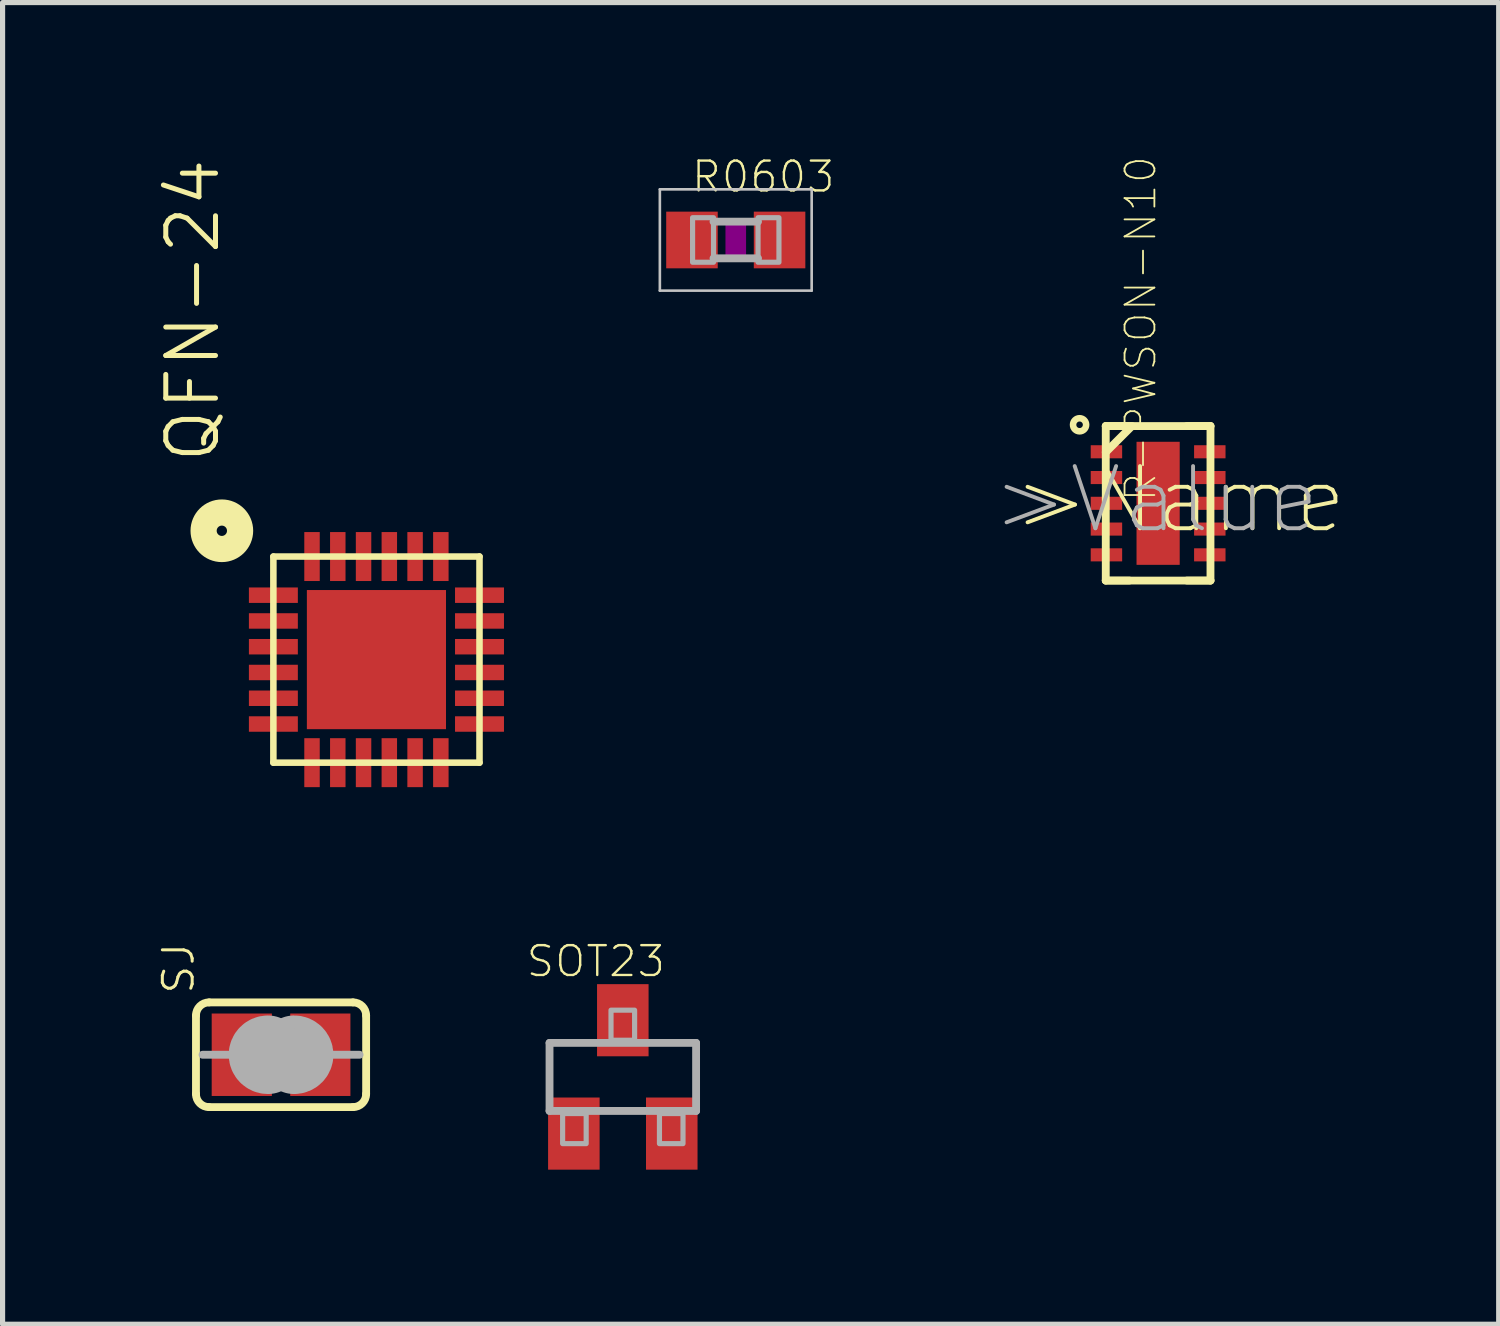
<source format=kicad_pcb>
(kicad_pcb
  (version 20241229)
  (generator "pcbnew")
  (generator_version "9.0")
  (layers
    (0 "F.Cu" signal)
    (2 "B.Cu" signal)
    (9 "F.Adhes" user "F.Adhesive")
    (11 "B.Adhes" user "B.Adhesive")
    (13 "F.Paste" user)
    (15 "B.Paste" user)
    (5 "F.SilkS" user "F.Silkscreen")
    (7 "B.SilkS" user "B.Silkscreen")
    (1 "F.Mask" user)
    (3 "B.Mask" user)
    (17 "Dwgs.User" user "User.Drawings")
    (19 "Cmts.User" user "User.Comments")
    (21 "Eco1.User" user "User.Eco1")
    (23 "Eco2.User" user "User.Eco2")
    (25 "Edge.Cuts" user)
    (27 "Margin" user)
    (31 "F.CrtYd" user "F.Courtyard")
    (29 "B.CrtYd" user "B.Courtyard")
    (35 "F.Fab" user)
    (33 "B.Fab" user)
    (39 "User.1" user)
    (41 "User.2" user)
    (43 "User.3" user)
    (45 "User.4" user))
  (footprint "QFN-24"
    (layer "F.Cu")
    (at 4.295 9.71)
    (property "Reference" "QFN-24" (at -3.04 -3.73 90) (layer "F.SilkS") (effects (font (size 0.965 0.965) (thickness 0.097)) (justify left bottom)))
    (attr smd)
    (fp_line (start -2.04 -1.96) (end -2.04 2.04) (stroke (width 0.127) (type solid)) (layer "F.SilkS"))
    (fp_line (start -2.04 2.04) (end 1.96 2.04) (stroke (width 0.127) (type solid)) (layer "F.SilkS"))
    (fp_line (start 1.96 -1.96) (end -2.04 -1.96) (stroke (width 0.127) (type solid)) (layer "F.SilkS"))
    (fp_line (start 1.96 2.04) (end 1.96 -1.96) (stroke (width 0.127) (type solid)) (layer "F.SilkS"))
    (fp_circle (center -3.04 -2.46) (end -2.94 -2.46) (stroke (width 0.508) (type solid)) (fill no) (layer "F.SilkS"))
    (pad "P$1" smd rect (at -2.04 -1.21 90) (size 0.3 0.95) (layers "F.Cu" "F.Mask" "F.Paste"))
    (pad "P$2" smd rect (at -2.04 -0.71 90) (size 0.3 0.95) (layers "F.Cu" "F.Mask" "F.Paste"))
    (pad "P$3" smd rect (at -2.04 -0.21 90) (size 0.3 0.95) (layers "F.Cu" "F.Mask" "F.Paste"))
    (pad "P$4" smd rect (at -2.04 0.29 90) (size 0.3 0.95) (layers "F.Cu" "F.Mask" "F.Paste"))
    (pad "P$5" smd rect (at -2.04 0.79 90) (size 0.3 0.95) (layers "F.Cu" "F.Mask" "F.Paste"))
    (pad "P$6" smd rect (at -2.04 1.29 90) (size 0.3 0.95) (layers "F.Cu" "F.Mask" "F.Paste"))
    (pad "P$7" smd rect (at -1.29 2.04) (size 0.3 0.95) (layers "F.Cu" "F.Mask" "F.Paste"))
    (pad "P$8" smd rect (at -0.79 2.04) (size 0.3 0.95) (layers "F.Cu" "F.Mask" "F.Paste"))
    (pad "P$9" smd rect (at -0.29 2.04) (size 0.3 0.95) (layers "F.Cu" "F.Mask" "F.Paste"))
    (pad "P$10" smd rect (at 0.21 2.04) (size 0.3 0.95) (layers "F.Cu" "F.Mask" "F.Paste"))
    (pad "P$11" smd rect (at 0.71 2.04) (size 0.3 0.95) (layers "F.Cu" "F.Mask" "F.Paste"))
    (pad "P$12" smd rect (at 1.21 2.04) (size 0.3 0.95) (layers "F.Cu" "F.Mask" "F.Paste"))
    (pad "P$13" smd rect (at 1.96 1.29 90) (size 0.3 0.95) (layers "F.Cu" "F.Mask" "F.Paste"))
    (pad "P$14" smd rect (at 1.96 0.79 90) (size 0.3 0.95) (layers "F.Cu" "F.Mask" "F.Paste"))
    (pad "P$15" smd rect (at 1.96 0.29 90) (size 0.3 0.95) (layers "F.Cu" "F.Mask" "F.Paste"))
    (pad "P$16" smd rect (at 1.96 -0.21 90) (size 0.3 0.95) (layers "F.Cu" "F.Mask" "F.Paste"))
    (pad "P$17" smd rect (at 1.96 -0.71 90) (size 0.3 0.95) (layers "F.Cu" "F.Mask" "F.Paste"))
    (pad "P$18" smd rect (at 1.96 -1.21 90) (size 0.3 0.95) (layers "F.Cu" "F.Mask" "F.Paste"))
    (pad "P$19" smd rect (at 1.21 -1.96 180) (size 0.3 0.95) (layers "F.Cu" "F.Mask" "F.Paste"))
    (pad "P$20" smd rect (at 0.71 -1.96 180) (size 0.3 0.95) (layers "F.Cu" "F.Mask" "F.Paste"))
    (pad "P$21" smd rect (at 0.21 -1.96 180) (size 0.3 0.95) (layers "F.Cu" "F.Mask" "F.Paste"))
    (pad "P$22" smd rect (at -0.29 -1.96 180) (size 0.3 0.95) (layers "F.Cu" "F.Mask" "F.Paste"))
    (pad "P$23" smd rect (at -0.79 -1.96 180) (size 0.3 0.95) (layers "F.Cu" "F.Mask" "F.Paste"))
    (pad "P$24" smd rect (at -1.29 -1.96 180) (size 0.3 0.95) (layers "F.Cu" "F.Mask" "F.Paste"))
    (pad "P$25" smd rect (at -0.04 0.04) (size 2.7 2.7) (layers "F.Cu" "F.Mask" "F.Paste")))
  (footprint "R0603"
    (layer "F.Cu")
    (at 11.228 1.607)
    (property "Reference" "R0603" (at -0.889 -0.889 180) (layer "F.SilkS") (effects (font (size 0.579 0.579) (thickness 0.046)) (justify left bottom)))
    (attr smd)
    (fp_poly (pts (xy -0.2 0.4) (xy 0.2 0.4) (xy 0.2 -0.4) (xy -0.2 -0.4)) (stroke (width 0) (type solid)) (fill yes) (layer "F.Adhes"))
    (fp_line (start -1.473 -0.983) (end 1.473 -0.983) (stroke (width 0.051) (type solid)) (layer "Dwgs.User"))
    (fp_line (start -1.473 0.983) (end -1.473 -0.983) (stroke (width 0.051) (type solid)) (layer "Dwgs.User"))
    (fp_line (start 1.473 -0.983) (end 1.473 0.983) (stroke (width 0.051) (type solid)) (layer "Dwgs.User"))
    (fp_line (start 1.473 0.983) (end -1.473 0.983) (stroke (width 0.051) (type solid)) (layer "Dwgs.User"))
    (fp_line (start -0.432 0.356) (end 0.432 0.356) (stroke (width 0.152) (type solid)) (layer "F.Fab"))
    (fp_line (start 0.432 -0.356) (end -0.432 -0.356) (stroke (width 0.152) (type solid)) (layer "F.Fab"))
    (fp_poly (pts (xy -0.838 0.432) (xy -0.432 0.432) (xy -0.432 -0.432) (xy -0.838 -0.432)) (stroke (width 0.1) (type solid)) (fill no) (layer "F.Fab"))
    (fp_poly (pts (xy 0.432 0.432) (xy 0.838 0.432) (xy 0.838 -0.432) (xy 0.432 -0.432)) (stroke (width 0.1) (type solid)) (fill no) (layer "F.Fab"))
    (pad "1" smd rect (at -0.85 0) (size 1 1.1) (layers "F.Cu" "F.Mask" "F.Paste"))
    (pad "2" smd rect (at 0.85 0) (size 1 1.1) (layers "F.Cu" "F.Mask" "F.Paste")))
  (footprint "R-PWSON-N10"
    (layer "F.Cu")
    (at 19.424 6.717)
    (property "Reference" "R-PWSON-N10" (at 0 0 270) (layer "F.SilkS") (effects (font (size 0.579 0.579) (thickness 0.035)) (justify left bottom)))
    (attr smd)
    (fp_line (start -1.016 -1.499) (end -1.016 1.499) (stroke (width 0.152) (type solid)) (layer "F.SilkS"))
    (fp_line (start -1.016 1.499) (end -0.559 1.499) (stroke (width 0.152) (type solid)) (layer "F.SilkS"))
    (fp_line (start -1.016 1.499) (end 1.016 1.499) (stroke (width 0.152) (type solid)) (layer "F.SilkS"))
    (fp_line (start -0.559 -1.499) (end -1.016 -1.499) (stroke (width 0.152) (type solid)) (layer "F.SilkS"))
    (fp_line (start -0.508 -1.499) (end -1.016 -0.991) (stroke (width 0.152) (type solid)) (layer "F.SilkS"))
    (fp_line (start 0.559 1.499) (end 1.016 1.499) (stroke (width 0.152) (type solid)) (layer "F.SilkS"))
    (fp_line (start 1.016 -1.499) (end -1.016 -1.499) (stroke (width 0.152) (type solid)) (layer "F.SilkS"))
    (fp_line (start 1.016 -1.499) (end 0.559 -1.499) (stroke (width 0.152) (type solid)) (layer "F.SilkS"))
    (fp_line (start 1.016 1.499) (end 1.016 -1.499) (stroke (width 0.152) (type solid)) (layer "F.SilkS"))
    (fp_circle (center -1.524 -1.524) (end -1.397 -1.524) (stroke (width 0.127) (type solid)) (fill no) (layer "F.SilkS"))
    (fp_poly (pts (xy -0.419 -1.194) (xy -0.419 1.194) (xy 0.419 1.194) (xy 0.419 -1.194)) (stroke (width 0) (type solid)) (fill yes) (layer "F.Paste"))
    (fp_text user ">Name" (at -2.87 0.635 0) (layer "F.SilkS") (effects (font (size 1.206 1.206) (thickness 0.076)) (justify left bottom)))
    (fp_text user ">Value" (at -3.277 0.635 0) (layer "F.Fab") (effects (font (size 1.206 1.206) (thickness 0.076)) (justify left bottom)))
    (pad "1" smd rect (at -1.003 -1) (size 0.61 0.254) (layers "F.Cu" "F.Mask" "F.Paste"))
    (pad "2" smd rect (at -1.003 -0.5) (size 0.61 0.254) (layers "F.Cu" "F.Mask" "F.Paste"))
    (pad "3" smd rect (at -1.003 0) (size 0.61 0.254) (layers "F.Cu" "F.Mask" "F.Paste"))
    (pad "4" smd rect (at -1.003 0.5) (size 0.61 0.254) (layers "F.Cu" "F.Mask" "F.Paste"))
    (pad "5" smd rect (at -1.003 1) (size 0.61 0.254) (layers "F.Cu" "F.Mask" "F.Paste"))
    (pad "6" smd rect (at 1.003 1 180) (size 0.61 0.254) (layers "F.Cu" "F.Mask" "F.Paste"))
    (pad "7" smd rect (at 1.003 0.5 180) (size 0.61 0.254) (layers "F.Cu" "F.Mask" "F.Paste"))
    (pad "8" smd rect (at 1.003 0 180) (size 0.61 0.254) (layers "F.Cu" "F.Mask" "F.Paste"))
    (pad "9" smd rect (at 1.003 -0.5 180) (size 0.61 0.254) (layers "F.Cu" "F.Mask" "F.Paste"))
    (pad "10" smd rect (at 1.003 -1 180) (size 0.61 0.254) (layers "F.Cu" "F.Mask" "F.Paste"))
    (pad "11" smd rect (at 0 0) (size 0.838 2.388) (layers "F.Cu" "F.Mask")))
  (footprint "SJ"
    (layer "F.Cu")
    (at 2.404 17.418)
    (property "Reference" "SJ" (at -1.651 -1.143 90) (layer "F.SilkS") (effects (font (size 0.579 0.579) (thickness 0.058)) (justify left bottom)))
    (attr through_hole)
    (fp_poly (pts (xy -0.076 0.914) (xy 0.076 0.914) (xy 0.076 -0.914) (xy -0.076 -0.914)) (stroke (width 0) (type solid)) (fill yes) (layer "F.Mask"))
    (fp_line (start -1.651 0.762) (end -1.651 -0.762) (stroke (width 0.152) (type solid)) (layer "F.SilkS"))
    (fp_line (start -1.397 -1.016) (end 1.397 -1.016) (stroke (width 0.152) (type solid)) (layer "F.SilkS"))
    (fp_line (start 1.397 1.016) (end -1.397 1.016) (stroke (width 0.152) (type solid)) (layer "F.SilkS"))
    (fp_line (start 1.651 0.762) (end 1.651 -0.762) (stroke (width 0.152) (type solid)) (layer "F.SilkS"))
    (fp_arc (start -1.651 -0.762) (mid -1.576605 -0.941605) (end -1.397 -1.016) (stroke (width 0.1524) (type solid)) (layer "F.SilkS"))
    (fp_arc (start -1.397 1.016) (mid -1.576605 0.941605) (end -1.651 0.762) (stroke (width 0.1524) (type solid)) (layer "F.SilkS"))
    (fp_arc (start 1.397 -1.016) (mid 1.576605 -0.941605) (end 1.651 -0.762) (stroke (width 0.1524) (type solid)) (layer "F.SilkS"))
    (fp_arc (start 1.651 0.762) (mid 1.576605 0.941605) (end 1.397 1.016) (stroke (width 0.1524) (type solid)) (layer "F.SilkS"))
    (fp_line (start -1.016 0) (end -1.524 0) (stroke (width 0.152) (type solid)) (layer "F.Fab"))
    (fp_line (start 1.016 0) (end 1.524 0) (stroke (width 0.152) (type solid)) (layer "F.Fab"))
    (fp_arc (start -0.254 0.127) (mid -0.381 0) (end -0.254 -0.127) (stroke (width 1.27) (type solid)) (layer "F.Fab"))
    (fp_arc (start 0.254 -0.127) (mid 0.381 0) (end 0.254 0.127) (stroke (width 1.27) (type solid)) (layer "F.Fab"))
    (pad "1" smd rect (at -0.762 0) (size 1.168 1.6) (layers "F.Cu" "F.Mask" "F.Paste"))
    (pad "2" smd rect (at 0.762 0) (size 1.168 1.6) (layers "F.Cu" "F.Mask" "F.Paste")))
  (footprint "SOT23"
    (layer "F.Cu")
    (at 9.036 17.848)
    (property "Reference" "SOT23" (at -1.905 -1.905 0) (layer "F.SilkS") (effects (font (size 0.579 0.579) (thickness 0.046)) (justify left bottom)))
    (attr smd)
    (fp_line (start -1.422 -0.66) (end 1.422 -0.66) (stroke (width 0.152) (type solid)) (layer "F.Fab"))
    (fp_line (start -1.422 0.66) (end -1.422 -0.66) (stroke (width 0.152) (type solid)) (layer "F.Fab"))
    (fp_line (start 1.422 -0.66) (end 1.422 0.66) (stroke (width 0.152) (type solid)) (layer "F.Fab"))
    (fp_line (start 1.422 0.66) (end -1.422 0.66) (stroke (width 0.152) (type solid)) (layer "F.Fab"))
    (fp_poly (pts (xy -1.168 1.295) (xy -0.711 1.295) (xy -0.711 0.711) (xy -1.168 0.711)) (stroke (width 0.1) (type solid)) (fill no) (layer "F.Fab"))
    (fp_poly (pts (xy -0.229 -0.711) (xy 0.229 -0.711) (xy 0.229 -1.295) (xy -0.229 -1.295)) (stroke (width 0.1) (type solid)) (fill no) (layer "F.Fab"))
    (fp_poly (pts (xy 0.711 1.295) (xy 1.168 1.295) (xy 1.168 0.711) (xy 0.711 0.711)) (stroke (width 0.1) (type solid)) (fill no) (layer "F.Fab"))
    (pad "1" smd rect (at -0.95 1.1) (size 1 1.4) (layers "F.Cu" "F.Mask" "F.Paste"))
    (pad "2" smd rect (at 0.95 1.1) (size 1 1.4) (layers "F.Cu" "F.Mask" "F.Paste"))
    (pad "3" smd rect (at 0 -1.1) (size 1 1.4) (layers "F.Cu" "F.Mask" "F.Paste")))
  (gr_rect
    (start -3 -3)
    (end 26.033 22.648)
    (stroke (width 0.1) (type default))
    (fill no)
    (layer "Edge.Cuts")))
</source>
